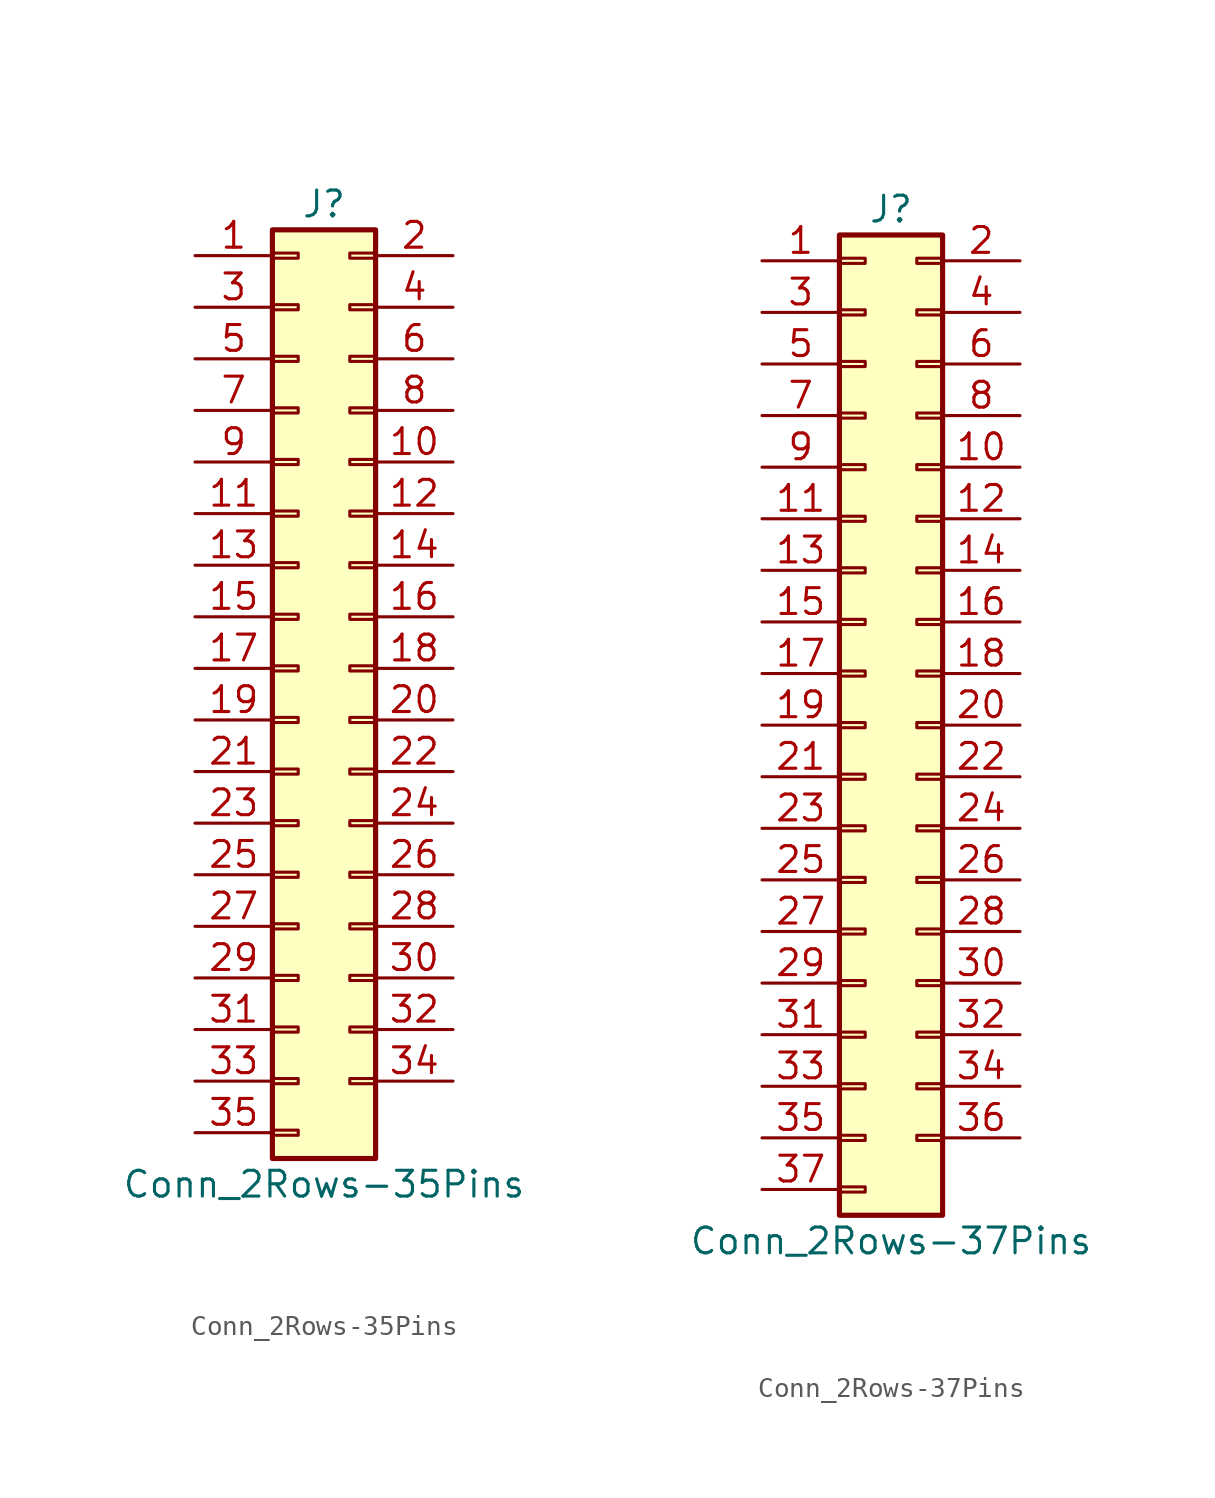
<source format=kicad_sym>
(kicad_symbol_lib
  (version 20201005)
  (generator kicad_symbol_editor)
  (symbol "Connector_Generic:Conn_2Rows-35Pins"
    (pin_names
      (offset 1.016) hide)
    (property "Reference" "J"
      (at 1.27 22.86 0)
      (effects (font (size 1.27 1.27))))
    (property "Value" "Conn_2Rows-35Pins"
      (at 1.27 -25.4 0)
      (effects (font (size 1.27 1.27))))
    (symbol "Conn_2Rows-35Pins_1_1"
      (rectangle (start -1.27 -4.953) (end 0 -5.207) (stroke (width 0.152)) (fill (type none)))
      (rectangle (start -1.27 -7.493) (end 0 -7.747) (stroke (width 0.152)) (fill (type none)))
      (rectangle (start -1.27 -10.033) (end 0 -10.287) (stroke (width 0.152)) (fill (type none)))
      (rectangle (start -1.27 -12.573) (end 0 -12.827) (stroke (width 0.152)) (fill (type none)))
      (rectangle (start -1.27 -15.113) (end 0 -15.367) (stroke (width 0.152)) (fill (type none)))
      (rectangle (start -1.27 -17.653) (end 0 -17.907) (stroke (width 0.152)) (fill (type none)))
      (rectangle (start -1.27 -20.193) (end 0 -20.447) (stroke (width 0.152)) (fill (type none)))
      (rectangle (start -1.27 -22.733) (end 0 -22.987) (stroke (width 0.152)) (fill (type none)))
      (rectangle (start -1.27 -2.413) (end 0 -2.667) (stroke (width 0.152)) (fill (type none)))
      (rectangle (start -1.27 2.667) (end 0 2.413) (stroke (width 0.152)) (fill (type none)))
      (rectangle (start -1.27 5.207) (end 0 4.953) (stroke (width 0.152)) (fill (type none)))
      (rectangle (start -1.27 7.747) (end 0 7.493) (stroke (width 0.152)) (fill (type none)))
      (rectangle (start -1.27 10.287) (end 0 10.033) (stroke (width 0.152)) (fill (type none)))
      (rectangle (start -1.27 0.127) (end 0 -0.127) (stroke (width 0.152)) (fill (type none)))
      (rectangle (start -1.27 12.827) (end 0 12.573) (stroke (width 0.152)) (fill (type none)))
      (rectangle (start -1.27 15.367) (end 0 15.113) (stroke (width 0.152)) (fill (type none)))
      (rectangle (start -1.27 17.907) (end 0 17.653) (stroke (width 0.152)) (fill (type none)))
      (rectangle (start -1.27 20.447) (end 0 20.193) (stroke (width 0.152)) (fill (type none)))
      (rectangle (start -1.27 21.59) (end 3.81 -24.13) (stroke (width 0.254)) (fill (type background)))
      (rectangle (start 3.81 -4.953) (end 2.54 -5.207) (stroke (width 0.152)) (fill (type none)))
      (rectangle (start 3.81 -7.493) (end 2.54 -7.747) (stroke (width 0.152)) (fill (type none)))
      (rectangle (start 3.81 -10.033) (end 2.54 -10.287) (stroke (width 0.152)) (fill (type none)))
      (rectangle (start 3.81 -12.573) (end 2.54 -12.827) (stroke (width 0.152)) (fill (type none)))
      (rectangle (start 3.81 -15.113) (end 2.54 -15.367) (stroke (width 0.152)) (fill (type none)))
      (rectangle (start 3.81 -17.653) (end 2.54 -17.907) (stroke (width 0.152)) (fill (type none)))
      (rectangle (start 3.81 -20.193) (end 2.54 -20.447) (stroke (width 0.152)) (fill (type none)))
      (rectangle (start 3.81 -2.413) (end 2.54 -2.667) (stroke (width 0.152)) (fill (type none)))
      (rectangle (start 3.81 2.667) (end 2.54 2.413) (stroke (width 0.152)) (fill (type none)))
      (rectangle (start 3.81 5.207) (end 2.54 4.953) (stroke (width 0.152)) (fill (type none)))
      (rectangle (start 3.81 7.747) (end 2.54 7.493) (stroke (width 0.152)) (fill (type none)))
      (rectangle (start 3.81 10.287) (end 2.54 10.033) (stroke (width 0.152)) (fill (type none)))
      (rectangle (start 3.81 0.127) (end 2.54 -0.127) (stroke (width 0.152)) (fill (type none)))
      (rectangle (start 3.81 12.827) (end 2.54 12.573) (stroke (width 0.152)) (fill (type none)))
      (rectangle (start 3.81 15.367) (end 2.54 15.113) (stroke (width 0.152)) (fill (type none)))
      (rectangle (start 3.81 17.907) (end 2.54 17.653) (stroke (width 0.152)) (fill (type none)))
      (rectangle (start 3.81 20.447) (end 2.54 20.193) (stroke (width 0.152)) (fill (type none)))
      (pin passive line (at -5.08 20.32 0) (length 3.81) (name "Pin_1" (effects (font (size 1.27 1.27)))) (number "1" (effects (font (size 1.27 1.27)))))
      (pin passive line (at 7.62 10.16 180) (length 3.81) (name "Pin_10" (effects (font (size 1.27 1.27)))) (number "10" (effects (font (size 1.27 1.27)))))
      (pin passive line (at -5.08 7.62 0) (length 3.81) (name "Pin_11" (effects (font (size 1.27 1.27)))) (number "11" (effects (font (size 1.27 1.27)))))
      (pin passive line (at 7.62 7.62 180) (length 3.81) (name "Pin_12" (effects (font (size 1.27 1.27)))) (number "12" (effects (font (size 1.27 1.27)))))
      (pin passive line (at -5.08 5.08 0) (length 3.81) (name "Pin_13" (effects (font (size 1.27 1.27)))) (number "13" (effects (font (size 1.27 1.27)))))
      (pin passive line (at 7.62 5.08 180) (length 3.81) (name "Pin_14" (effects (font (size 1.27 1.27)))) (number "14" (effects (font (size 1.27 1.27)))))
      (pin passive line (at -5.08 2.54 0) (length 3.81) (name "Pin_15" (effects (font (size 1.27 1.27)))) (number "15" (effects (font (size 1.27 1.27)))))
      (pin passive line (at 7.62 2.54 180) (length 3.81) (name "Pin_16" (effects (font (size 1.27 1.27)))) (number "16" (effects (font (size 1.27 1.27)))))
      (pin passive line (at -5.08 0 0) (length 3.81) (name "Pin_17" (effects (font (size 1.27 1.27)))) (number "17" (effects (font (size 1.27 1.27)))))
      (pin passive line (at 7.62 0 180) (length 3.81) (name "Pin_18" (effects (font (size 1.27 1.27)))) (number "18" (effects (font (size 1.27 1.27)))))
      (pin passive line (at -5.08 -2.54 0) (length 3.81) (name "Pin_19" (effects (font (size 1.27 1.27)))) (number "19" (effects (font (size 1.27 1.27)))))
      (pin passive line (at 7.62 20.32 180) (length 3.81) (name "Pin_2" (effects (font (size 1.27 1.27)))) (number "2" (effects (font (size 1.27 1.27)))))
      (pin passive line (at 7.62 -2.54 180) (length 3.81) (name "Pin_20" (effects (font (size 1.27 1.27)))) (number "20" (effects (font (size 1.27 1.27)))))
      (pin passive line (at -5.08 -5.08 0) (length 3.81) (name "Pin_21" (effects (font (size 1.27 1.27)))) (number "21" (effects (font (size 1.27 1.27)))))
      (pin passive line (at 7.62 -5.08 180) (length 3.81) (name "Pin_22" (effects (font (size 1.27 1.27)))) (number "22" (effects (font (size 1.27 1.27)))))
      (pin passive line (at -5.08 -7.62 0) (length 3.81) (name "Pin_23" (effects (font (size 1.27 1.27)))) (number "23" (effects (font (size 1.27 1.27)))))
      (pin passive line (at 7.62 -7.62 180) (length 3.81) (name "Pin_24" (effects (font (size 1.27 1.27)))) (number "24" (effects (font (size 1.27 1.27)))))
      (pin passive line (at -5.08 -10.16 0) (length 3.81) (name "Pin_25" (effects (font (size 1.27 1.27)))) (number "25" (effects (font (size 1.27 1.27)))))
      (pin passive line (at 7.62 -10.16 180) (length 3.81) (name "Pin_26" (effects (font (size 1.27 1.27)))) (number "26" (effects (font (size 1.27 1.27)))))
      (pin passive line (at -5.08 -12.7 0) (length 3.81) (name "Pin_27" (effects (font (size 1.27 1.27)))) (number "27" (effects (font (size 1.27 1.27)))))
      (pin passive line (at 7.62 -12.7 180) (length 3.81) (name "Pin_28" (effects (font (size 1.27 1.27)))) (number "28" (effects (font (size 1.27 1.27)))))
      (pin passive line (at -5.08 -15.24 0) (length 3.81) (name "Pin_29" (effects (font (size 1.27 1.27)))) (number "29" (effects (font (size 1.27 1.27)))))
      (pin passive line (at -5.08 17.78 0) (length 3.81) (name "Pin_3" (effects (font (size 1.27 1.27)))) (number "3" (effects (font (size 1.27 1.27)))))
      (pin passive line (at 7.62 -15.24 180) (length 3.81) (name "Pin_30" (effects (font (size 1.27 1.27)))) (number "30" (effects (font (size 1.27 1.27)))))
      (pin passive line (at -5.08 -17.78 0) (length 3.81) (name "Pin_31" (effects (font (size 1.27 1.27)))) (number "31" (effects (font (size 1.27 1.27)))))
      (pin passive line (at 7.62 -17.78 180) (length 3.81) (name "Pin_32" (effects (font (size 1.27 1.27)))) (number "32" (effects (font (size 1.27 1.27)))))
      (pin passive line (at -5.08 -20.32 0) (length 3.81) (name "Pin_33" (effects (font (size 1.27 1.27)))) (number "33" (effects (font (size 1.27 1.27)))))
      (pin passive line (at 7.62 -20.32 180) (length 3.81) (name "Pin_34" (effects (font (size 1.27 1.27)))) (number "34" (effects (font (size 1.27 1.27)))))
      (pin passive line (at -5.08 -22.86 0) (length 3.81) (name "Pin_35" (effects (font (size 1.27 1.27)))) (number "35" (effects (font (size 1.27 1.27)))))
      (pin passive line (at 7.62 17.78 180) (length 3.81) (name "Pin_4" (effects (font (size 1.27 1.27)))) (number "4" (effects (font (size 1.27 1.27)))))
      (pin passive line (at -5.08 15.24 0) (length 3.81) (name "Pin_5" (effects (font (size 1.27 1.27)))) (number "5" (effects (font (size 1.27 1.27)))))
      (pin passive line (at 7.62 15.24 180) (length 3.81) (name "Pin_6" (effects (font (size 1.27 1.27)))) (number "6" (effects (font (size 1.27 1.27)))))
      (pin passive line (at -5.08 12.7 0) (length 3.81) (name "Pin_7" (effects (font (size 1.27 1.27)))) (number "7" (effects (font (size 1.27 1.27)))))
      (pin passive line (at 7.62 12.7 180) (length 3.81) (name "Pin_8" (effects (font (size 1.27 1.27)))) (number "8" (effects (font (size 1.27 1.27)))))
      (pin passive line (at -5.08 10.16 0) (length 3.81) (name "Pin_9" (effects (font (size 1.27 1.27)))) (number "9" (effects (font (size 1.27 1.27)))))))
  (symbol "Connector_Generic:Conn_2Rows-37Pins"
    (pin_names
      (offset 1.016) hide)
    (property "Reference" "J"
      (at 1.27 25.4 0)
      (effects (font (size 1.27 1.27))))
    (property "Value" "Conn_2Rows-37Pins"
      (at 1.27 -25.4 0)
      (effects (font (size 1.27 1.27))))
    (symbol "Conn_2Rows-37Pins_1_1"
      (rectangle (start -1.27 -4.953) (end 0 -5.207) (stroke (width 0.152)) (fill (type none)))
      (rectangle (start -1.27 -7.493) (end 0 -7.747) (stroke (width 0.152)) (fill (type none)))
      (rectangle (start -1.27 -10.033) (end 0 -10.287) (stroke (width 0.152)) (fill (type none)))
      (rectangle (start -1.27 -12.573) (end 0 -12.827) (stroke (width 0.152)) (fill (type none)))
      (rectangle (start -1.27 -15.113) (end 0 -15.367) (stroke (width 0.152)) (fill (type none)))
      (rectangle (start -1.27 -17.653) (end 0 -17.907) (stroke (width 0.152)) (fill (type none)))
      (rectangle (start -1.27 -20.193) (end 0 -20.447) (stroke (width 0.152)) (fill (type none)))
      (rectangle (start -1.27 -22.733) (end 0 -22.987) (stroke (width 0.152)) (fill (type none)))
      (rectangle (start -1.27 -2.413) (end 0 -2.667) (stroke (width 0.152)) (fill (type none)))
      (rectangle (start -1.27 2.667) (end 0 2.413) (stroke (width 0.152)) (fill (type none)))
      (rectangle (start -1.27 5.207) (end 0 4.953) (stroke (width 0.152)) (fill (type none)))
      (rectangle (start -1.27 7.747) (end 0 7.493) (stroke (width 0.152)) (fill (type none)))
      (rectangle (start -1.27 10.287) (end 0 10.033) (stroke (width 0.152)) (fill (type none)))
      (rectangle (start -1.27 0.127) (end 0 -0.127) (stroke (width 0.152)) (fill (type none)))
      (rectangle (start -1.27 12.827) (end 0 12.573) (stroke (width 0.152)) (fill (type none)))
      (rectangle (start -1.27 15.367) (end 0 15.113) (stroke (width 0.152)) (fill (type none)))
      (rectangle (start -1.27 17.907) (end 0 17.653) (stroke (width 0.152)) (fill (type none)))
      (rectangle (start -1.27 20.447) (end 0 20.193) (stroke (width 0.152)) (fill (type none)))
      (rectangle (start -1.27 22.987) (end 0 22.733) (stroke (width 0.152)) (fill (type none)))
      (rectangle (start -1.27 24.13) (end 3.81 -24.13) (stroke (width 0.254)) (fill (type background)))
      (rectangle (start 3.81 -4.953) (end 2.54 -5.207) (stroke (width 0.152)) (fill (type none)))
      (rectangle (start 3.81 -7.493) (end 2.54 -7.747) (stroke (width 0.152)) (fill (type none)))
      (rectangle (start 3.81 -10.033) (end 2.54 -10.287) (stroke (width 0.152)) (fill (type none)))
      (rectangle (start 3.81 -12.573) (end 2.54 -12.827) (stroke (width 0.152)) (fill (type none)))
      (rectangle (start 3.81 -15.113) (end 2.54 -15.367) (stroke (width 0.152)) (fill (type none)))
      (rectangle (start 3.81 -17.653) (end 2.54 -17.907) (stroke (width 0.152)) (fill (type none)))
      (rectangle (start 3.81 -20.193) (end 2.54 -20.447) (stroke (width 0.152)) (fill (type none)))
      (rectangle (start 3.81 -2.413) (end 2.54 -2.667) (stroke (width 0.152)) (fill (type none)))
      (rectangle (start 3.81 2.667) (end 2.54 2.413) (stroke (width 0.152)) (fill (type none)))
      (rectangle (start 3.81 5.207) (end 2.54 4.953) (stroke (width 0.152)) (fill (type none)))
      (rectangle (start 3.81 7.747) (end 2.54 7.493) (stroke (width 0.152)) (fill (type none)))
      (rectangle (start 3.81 10.287) (end 2.54 10.033) (stroke (width 0.152)) (fill (type none)))
      (rectangle (start 3.81 0.127) (end 2.54 -0.127) (stroke (width 0.152)) (fill (type none)))
      (rectangle (start 3.81 12.827) (end 2.54 12.573) (stroke (width 0.152)) (fill (type none)))
      (rectangle (start 3.81 15.367) (end 2.54 15.113) (stroke (width 0.152)) (fill (type none)))
      (rectangle (start 3.81 17.907) (end 2.54 17.653) (stroke (width 0.152)) (fill (type none)))
      (rectangle (start 3.81 20.447) (end 2.54 20.193) (stroke (width 0.152)) (fill (type none)))
      (rectangle (start 3.81 22.987) (end 2.54 22.733) (stroke (width 0.152)) (fill (type none)))
      (pin passive line (at -5.08 22.86 0) (length 3.81) (name "Pin_1" (effects (font (size 1.27 1.27)))) (number "1" (effects (font (size 1.27 1.27)))))
      (pin passive line (at 7.62 12.7 180) (length 3.81) (name "Pin_10" (effects (font (size 1.27 1.27)))) (number "10" (effects (font (size 1.27 1.27)))))
      (pin passive line (at -5.08 10.16 0) (length 3.81) (name "Pin_11" (effects (font (size 1.27 1.27)))) (number "11" (effects (font (size 1.27 1.27)))))
      (pin passive line (at 7.62 10.16 180) (length 3.81) (name "Pin_12" (effects (font (size 1.27 1.27)))) (number "12" (effects (font (size 1.27 1.27)))))
      (pin passive line (at -5.08 7.62 0) (length 3.81) (name "Pin_13" (effects (font (size 1.27 1.27)))) (number "13" (effects (font (size 1.27 1.27)))))
      (pin passive line (at 7.62 7.62 180) (length 3.81) (name "Pin_14" (effects (font (size 1.27 1.27)))) (number "14" (effects (font (size 1.27 1.27)))))
      (pin passive line (at -5.08 5.08 0) (length 3.81) (name "Pin_15" (effects (font (size 1.27 1.27)))) (number "15" (effects (font (size 1.27 1.27)))))
      (pin passive line (at 7.62 5.08 180) (length 3.81) (name "Pin_16" (effects (font (size 1.27 1.27)))) (number "16" (effects (font (size 1.27 1.27)))))
      (pin passive line (at -5.08 2.54 0) (length 3.81) (name "Pin_17" (effects (font (size 1.27 1.27)))) (number "17" (effects (font (size 1.27 1.27)))))
      (pin passive line (at 7.62 2.54 180) (length 3.81) (name "Pin_18" (effects (font (size 1.27 1.27)))) (number "18" (effects (font (size 1.27 1.27)))))
      (pin passive line (at -5.08 0 0) (length 3.81) (name "Pin_19" (effects (font (size 1.27 1.27)))) (number "19" (effects (font (size 1.27 1.27)))))
      (pin passive line (at 7.62 22.86 180) (length 3.81) (name "Pin_2" (effects (font (size 1.27 1.27)))) (number "2" (effects (font (size 1.27 1.27)))))
      (pin passive line (at 7.62 0 180) (length 3.81) (name "Pin_20" (effects (font (size 1.27 1.27)))) (number "20" (effects (font (size 1.27 1.27)))))
      (pin passive line (at -5.08 -2.54 0) (length 3.81) (name "Pin_21" (effects (font (size 1.27 1.27)))) (number "21" (effects (font (size 1.27 1.27)))))
      (pin passive line (at 7.62 -2.54 180) (length 3.81) (name "Pin_22" (effects (font (size 1.27 1.27)))) (number "22" (effects (font (size 1.27 1.27)))))
      (pin passive line (at -5.08 -5.08 0) (length 3.81) (name "Pin_23" (effects (font (size 1.27 1.27)))) (number "23" (effects (font (size 1.27 1.27)))))
      (pin passive line (at 7.62 -5.08 180) (length 3.81) (name "Pin_24" (effects (font (size 1.27 1.27)))) (number "24" (effects (font (size 1.27 1.27)))))
      (pin passive line (at -5.08 -7.62 0) (length 3.81) (name "Pin_25" (effects (font (size 1.27 1.27)))) (number "25" (effects (font (size 1.27 1.27)))))
      (pin passive line (at 7.62 -7.62 180) (length 3.81) (name "Pin_26" (effects (font (size 1.27 1.27)))) (number "26" (effects (font (size 1.27 1.27)))))
      (pin passive line (at -5.08 -10.16 0) (length 3.81) (name "Pin_27" (effects (font (size 1.27 1.27)))) (number "27" (effects (font (size 1.27 1.27)))))
      (pin passive line (at 7.62 -10.16 180) (length 3.81) (name "Pin_28" (effects (font (size 1.27 1.27)))) (number "28" (effects (font (size 1.27 1.27)))))
      (pin passive line (at -5.08 -12.7 0) (length 3.81) (name "Pin_29" (effects (font (size 1.27 1.27)))) (number "29" (effects (font (size 1.27 1.27)))))
      (pin passive line (at -5.08 20.32 0) (length 3.81) (name "Pin_3" (effects (font (size 1.27 1.27)))) (number "3" (effects (font (size 1.27 1.27)))))
      (pin passive line (at 7.62 -12.7 180) (length 3.81) (name "Pin_30" (effects (font (size 1.27 1.27)))) (number "30" (effects (font (size 1.27 1.27)))))
      (pin passive line (at -5.08 -15.24 0) (length 3.81) (name "Pin_31" (effects (font (size 1.27 1.27)))) (number "31" (effects (font (size 1.27 1.27)))))
      (pin passive line (at 7.62 -15.24 180) (length 3.81) (name "Pin_32" (effects (font (size 1.27 1.27)))) (number "32" (effects (font (size 1.27 1.27)))))
      (pin passive line (at -5.08 -17.78 0) (length 3.81) (name "Pin_33" (effects (font (size 1.27 1.27)))) (number "33" (effects (font (size 1.27 1.27)))))
      (pin passive line (at 7.62 -17.78 180) (length 3.81) (name "Pin_34" (effects (font (size 1.27 1.27)))) (number "34" (effects (font (size 1.27 1.27)))))
      (pin passive line (at -5.08 -20.32 0) (length 3.81) (name "Pin_35" (effects (font (size 1.27 1.27)))) (number "35" (effects (font (size 1.27 1.27)))))
      (pin passive line (at 7.62 -20.32 180) (length 3.81) (name "Pin_36" (effects (font (size 1.27 1.27)))) (number "36" (effects (font (size 1.27 1.27)))))
      (pin passive line (at -5.08 -22.86 0) (length 3.81) (name "Pin_37" (effects (font (size 1.27 1.27)))) (number "37" (effects (font (size 1.27 1.27)))))
      (pin passive line (at 7.62 20.32 180) (length 3.81) (name "Pin_4" (effects (font (size 1.27 1.27)))) (number "4" (effects (font (size 1.27 1.27)))))
      (pin passive line (at -5.08 17.78 0) (length 3.81) (name "Pin_5" (effects (font (size 1.27 1.27)))) (number "5" (effects (font (size 1.27 1.27)))))
      (pin passive line (at 7.62 17.78 180) (length 3.81) (name "Pin_6" (effects (font (size 1.27 1.27)))) (number "6" (effects (font (size 1.27 1.27)))))
      (pin passive line (at -5.08 15.24 0) (length 3.81) (name "Pin_7" (effects (font (size 1.27 1.27)))) (number "7" (effects (font (size 1.27 1.27)))))
      (pin passive line (at 7.62 15.24 180) (length 3.81) (name "Pin_8" (effects (font (size 1.27 1.27)))) (number "8" (effects (font (size 1.27 1.27)))))
      (pin passive line (at -5.08 12.7 0) (length 3.81) (name "Pin_9" (effects (font (size 1.27 1.27)))) (number "9" (effects (font (size 1.27 1.27))))))))
</source>
